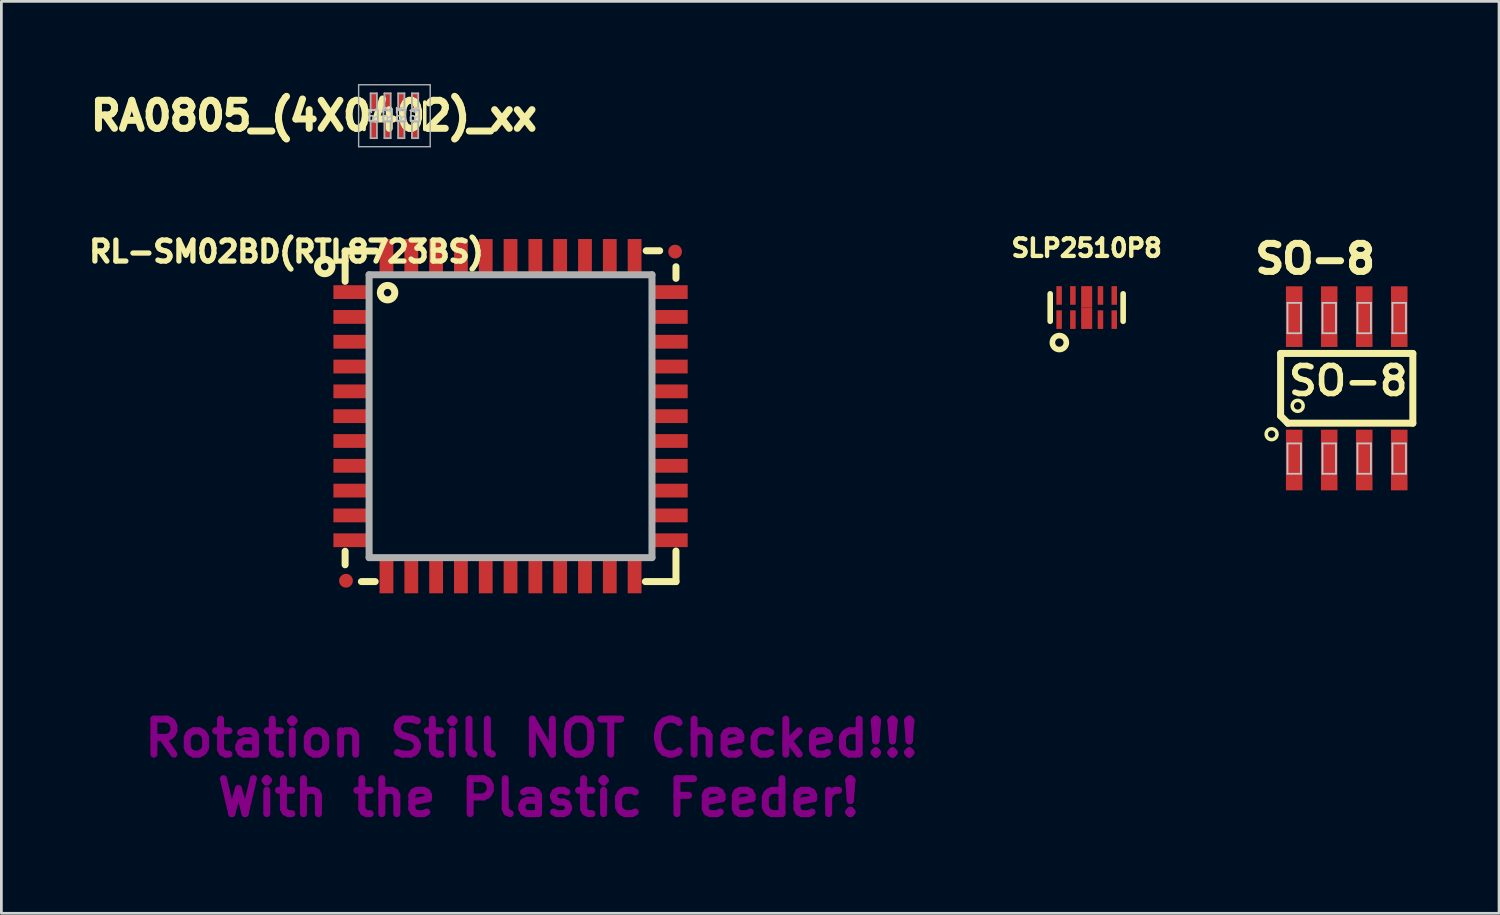
<source format=kicad_pcb>
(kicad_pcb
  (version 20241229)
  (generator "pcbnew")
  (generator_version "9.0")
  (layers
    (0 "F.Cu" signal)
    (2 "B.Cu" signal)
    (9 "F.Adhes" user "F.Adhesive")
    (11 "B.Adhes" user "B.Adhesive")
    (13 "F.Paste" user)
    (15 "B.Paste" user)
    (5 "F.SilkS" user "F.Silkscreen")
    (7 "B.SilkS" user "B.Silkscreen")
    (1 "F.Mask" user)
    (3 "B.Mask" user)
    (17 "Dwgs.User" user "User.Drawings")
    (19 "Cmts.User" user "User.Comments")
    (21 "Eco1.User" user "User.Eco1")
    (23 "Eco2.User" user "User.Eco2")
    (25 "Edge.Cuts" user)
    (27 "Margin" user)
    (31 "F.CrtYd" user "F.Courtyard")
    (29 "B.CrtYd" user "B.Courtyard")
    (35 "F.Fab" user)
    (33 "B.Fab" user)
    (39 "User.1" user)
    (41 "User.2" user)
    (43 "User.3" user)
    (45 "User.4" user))
  (footprint "SO-8"
    (layer "F.Cu")
    (at 45.797 11.035)
    (property "Reference" "SO-8" (at -1.143 -4.699 180) (layer "F.SilkS") (effects (font (size 1.016 1.016) (thickness 0.254))))
    (attr smd)
    (fp_line (start -2.398 -1.265) (end 2.398 -1.265) (stroke (width 0.254) (type solid)) (layer "F.SilkS"))
    (fp_line (start -2.398 0.998) (end -2.398 -1.265) (stroke (width 0.254) (type solid)) (layer "F.SilkS"))
    (fp_line (start -2.134 1.265) (end -2.398 0.998) (stroke (width 0.254) (type solid)) (layer "F.SilkS"))
    (fp_line (start 2.398 -1.265) (end 2.398 1.265) (stroke (width 0.254) (type solid)) (layer "F.SilkS"))
    (fp_line (start 2.398 1.265) (end -2.134 1.265) (stroke (width 0.254) (type solid)) (layer "F.SilkS"))
    (fp_circle (center -2.725 1.664) (end -2.865 1.803) (stroke (width 0.127) (type solid)) (fill no) (layer "F.SilkS"))
    (fp_circle (center -1.778 0.635) (end -1.918 0.775) (stroke (width 0.127) (type solid)) (fill no) (layer "F.SilkS"))
    (fp_line (start -2.149 -3.099) (end -1.659 -3.099) (stroke (width 0.066) (type solid)) (layer "Dwgs.User"))
    (fp_line (start -2.149 -1.999) (end -2.149 -3.099) (stroke (width 0.066) (type solid)) (layer "Dwgs.User"))
    (fp_line (start -2.149 -1.999) (end -1.659 -1.999) (stroke (width 0.066) (type solid)) (layer "Dwgs.User"))
    (fp_line (start -2.149 1.999) (end -1.659 1.999) (stroke (width 0.066) (type solid)) (layer "Dwgs.User"))
    (fp_line (start -2.149 3.099) (end -2.149 1.999) (stroke (width 0.066) (type solid)) (layer "Dwgs.User"))
    (fp_line (start -2.149 3.099) (end -1.659 3.099) (stroke (width 0.066) (type solid)) (layer "Dwgs.User"))
    (fp_line (start -1.659 -1.999) (end -1.659 -3.099) (stroke (width 0.066) (type solid)) (layer "Dwgs.User"))
    (fp_line (start -1.659 3.099) (end -1.659 1.999) (stroke (width 0.066) (type solid)) (layer "Dwgs.User"))
    (fp_line (start -0.879 -3.099) (end -0.389 -3.099) (stroke (width 0.066) (type solid)) (layer "Dwgs.User"))
    (fp_line (start -0.879 -1.999) (end -0.879 -3.099) (stroke (width 0.066) (type solid)) (layer "Dwgs.User"))
    (fp_line (start -0.879 -1.999) (end -0.389 -1.999) (stroke (width 0.066) (type solid)) (layer "Dwgs.User"))
    (fp_line (start -0.879 1.999) (end -0.389 1.999) (stroke (width 0.066) (type solid)) (layer "Dwgs.User"))
    (fp_line (start -0.879 3.099) (end -0.879 1.999) (stroke (width 0.066) (type solid)) (layer "Dwgs.User"))
    (fp_line (start -0.879 3.099) (end -0.389 3.099) (stroke (width 0.066) (type solid)) (layer "Dwgs.User"))
    (fp_line (start -0.389 -1.999) (end -0.389 -3.099) (stroke (width 0.066) (type solid)) (layer "Dwgs.User"))
    (fp_line (start -0.389 3.099) (end -0.389 1.999) (stroke (width 0.066) (type solid)) (layer "Dwgs.User"))
    (fp_line (start 0.389 -3.099) (end 0.879 -3.099) (stroke (width 0.066) (type solid)) (layer "Dwgs.User"))
    (fp_line (start 0.389 -1.999) (end 0.389 -3.099) (stroke (width 0.066) (type solid)) (layer "Dwgs.User"))
    (fp_line (start 0.389 -1.999) (end 0.879 -1.999) (stroke (width 0.066) (type solid)) (layer "Dwgs.User"))
    (fp_line (start 0.389 1.999) (end 0.879 1.999) (stroke (width 0.066) (type solid)) (layer "Dwgs.User"))
    (fp_line (start 0.389 3.099) (end 0.389 1.999) (stroke (width 0.066) (type solid)) (layer "Dwgs.User"))
    (fp_line (start 0.389 3.099) (end 0.879 3.099) (stroke (width 0.066) (type solid)) (layer "Dwgs.User"))
    (fp_line (start 0.879 -1.999) (end 0.879 -3.099) (stroke (width 0.066) (type solid)) (layer "Dwgs.User"))
    (fp_line (start 0.879 3.099) (end 0.879 1.999) (stroke (width 0.066) (type solid)) (layer "Dwgs.User"))
    (fp_line (start 1.659 -3.099) (end 2.149 -3.099) (stroke (width 0.066) (type solid)) (layer "Dwgs.User"))
    (fp_line (start 1.659 -1.999) (end 1.659 -3.099) (stroke (width 0.066) (type solid)) (layer "Dwgs.User"))
    (fp_line (start 1.659 -1.999) (end 2.149 -1.999) (stroke (width 0.066) (type solid)) (layer "Dwgs.User"))
    (fp_line (start 1.659 1.999) (end 2.149 1.999) (stroke (width 0.066) (type solid)) (layer "Dwgs.User"))
    (fp_line (start 1.659 3.099) (end 1.659 1.999) (stroke (width 0.066) (type solid)) (layer "Dwgs.User"))
    (fp_line (start 1.659 3.099) (end 2.149 3.099) (stroke (width 0.066) (type solid)) (layer "Dwgs.User"))
    (fp_line (start 2.149 -1.999) (end 2.149 -3.099) (stroke (width 0.066) (type solid)) (layer "Dwgs.User"))
    (fp_line (start 2.149 3.099) (end 2.149 1.999) (stroke (width 0.066) (type solid)) (layer "Dwgs.User"))
    (fp_text user "SO-8" (at 0.056 -0.272 0) (layer "F.SilkS") (effects (font (size 1.016 1.016) (thickness 0.203))))
    (pad "1" smd rect (at -1.905 2.6) (size 0.6 2.2) (layers "F.Cu" "F.Mask" "F.Paste"))
    (pad "2" smd rect (at -0.635 2.6) (size 0.6 2.2) (layers "F.Cu" "F.Mask" "F.Paste"))
    (pad "3" smd rect (at 0.635 2.6) (size 0.6 2.2) (layers "F.Cu" "F.Mask" "F.Paste"))
    (pad "4" smd rect (at 1.905 2.6) (size 0.6 2.2) (layers "F.Cu" "F.Mask" "F.Paste"))
    (pad "5" smd rect (at 1.905 -2.6) (size 0.6 2.2) (layers "F.Cu" "F.Mask" "F.Paste"))
    (pad "6" smd rect (at 0.635 -2.6) (size 0.6 2.2) (layers "F.Cu" "F.Mask" "F.Paste"))
    (pad "7" smd rect (at -0.635 -2.6) (size 0.6 2.2) (layers "F.Cu" "F.Mask" "F.Paste"))
    (pad "8" smd rect (at -1.905 -2.6) (size 0.6 2.2) (layers "F.Cu" "F.Mask" "F.Paste")))
  (footprint "RA0805_(4X0402)_xx"
    (layer "F.Cu")
    (at 11.256 1.148)
    (property "Reference" "RA0805_(4X0402)_xx" (at -2.921 0 0) (layer "F.SilkS") (effects (font (size 1.016 1.016) (thickness 0.254))))
    (attr smd)
    (fp_line (start -1.1 -0.498) (end -1.1 0.498) (stroke (width 0.127) (type solid)) (layer "F.SilkS"))
    (fp_line (start 1.1 0.498) (end 1.1 -0.498) (stroke (width 0.127) (type solid)) (layer "F.SilkS"))
    (fp_line (start -1.298 -1.123) (end 1.298 -1.123) (stroke (width 0.051) (type solid)) (layer "F.Fab"))
    (fp_line (start -1.298 1.123) (end -1.298 -1.123) (stroke (width 0.051) (type solid)) (layer "F.Fab"))
    (fp_line (start -0.899 -0.198) (end -0.599 -0.198) (stroke (width 0.066) (type solid)) (layer "F.Fab"))
    (fp_line (start -0.899 0.198) (end -0.899 -0.198) (stroke (width 0.066) (type solid)) (layer "F.Fab"))
    (fp_line (start -0.899 0.198) (end -0.599 0.198) (stroke (width 0.066) (type solid)) (layer "F.Fab"))
    (fp_line (start -0.864 -0.813) (end -0.635 -0.813) (stroke (width 0.066) (type solid)) (layer "F.Fab"))
    (fp_line (start -0.864 -0.208) (end -0.864 -0.813) (stroke (width 0.066) (type solid)) (layer "F.Fab"))
    (fp_line (start -0.864 -0.208) (end -0.635 -0.208) (stroke (width 0.066) (type solid)) (layer "F.Fab"))
    (fp_line (start -0.864 0.208) (end -0.635 0.208) (stroke (width 0.066) (type solid)) (layer "F.Fab"))
    (fp_line (start -0.864 0.813) (end -0.864 0.208) (stroke (width 0.066) (type solid)) (layer "F.Fab"))
    (fp_line (start -0.864 0.813) (end -0.635 0.813) (stroke (width 0.066) (type solid)) (layer "F.Fab"))
    (fp_line (start -0.635 -0.208) (end -0.635 -0.813) (stroke (width 0.066) (type solid)) (layer "F.Fab"))
    (fp_line (start -0.635 0.813) (end -0.635 0.208) (stroke (width 0.066) (type solid)) (layer "F.Fab"))
    (fp_line (start -0.599 0.198) (end -0.599 -0.198) (stroke (width 0.066) (type solid)) (layer "F.Fab"))
    (fp_line (start -0.399 -0.198) (end -0.099 -0.198) (stroke (width 0.066) (type solid)) (layer "F.Fab"))
    (fp_line (start -0.399 0.198) (end -0.399 -0.198) (stroke (width 0.066) (type solid)) (layer "F.Fab"))
    (fp_line (start -0.399 0.198) (end -0.099 0.198) (stroke (width 0.066) (type solid)) (layer "F.Fab"))
    (fp_line (start -0.363 -0.813) (end -0.135 -0.813) (stroke (width 0.066) (type solid)) (layer "F.Fab"))
    (fp_line (start -0.363 -0.208) (end -0.363 -0.813) (stroke (width 0.066) (type solid)) (layer "F.Fab"))
    (fp_line (start -0.363 -0.208) (end -0.135 -0.208) (stroke (width 0.066) (type solid)) (layer "F.Fab"))
    (fp_line (start -0.363 0.208) (end -0.135 0.208) (stroke (width 0.066) (type solid)) (layer "F.Fab"))
    (fp_line (start -0.363 0.813) (end -0.363 0.208) (stroke (width 0.066) (type solid)) (layer "F.Fab"))
    (fp_line (start -0.363 0.813) (end -0.135 0.813) (stroke (width 0.066) (type solid)) (layer "F.Fab"))
    (fp_line (start -0.135 -0.208) (end -0.135 -0.813) (stroke (width 0.066) (type solid)) (layer "F.Fab"))
    (fp_line (start -0.135 0.813) (end -0.135 0.208) (stroke (width 0.066) (type solid)) (layer "F.Fab"))
    (fp_line (start -0.099 0.198) (end -0.099 -0.198) (stroke (width 0.066) (type solid)) (layer "F.Fab"))
    (fp_line (start 0.099 -0.198) (end 0.399 -0.198) (stroke (width 0.066) (type solid)) (layer "F.Fab"))
    (fp_line (start 0.099 0.198) (end 0.099 -0.198) (stroke (width 0.066) (type solid)) (layer "F.Fab"))
    (fp_line (start 0.099 0.198) (end 0.399 0.198) (stroke (width 0.066) (type solid)) (layer "F.Fab"))
    (fp_line (start 0.135 -0.813) (end 0.363 -0.813) (stroke (width 0.066) (type solid)) (layer "F.Fab"))
    (fp_line (start 0.135 -0.208) (end 0.135 -0.813) (stroke (width 0.066) (type solid)) (layer "F.Fab"))
    (fp_line (start 0.135 -0.208) (end 0.363 -0.208) (stroke (width 0.066) (type solid)) (layer "F.Fab"))
    (fp_line (start 0.135 0.208) (end 0.363 0.208) (stroke (width 0.066) (type solid)) (layer "F.Fab"))
    (fp_line (start 0.135 0.813) (end 0.135 0.208) (stroke (width 0.066) (type solid)) (layer "F.Fab"))
    (fp_line (start 0.135 0.813) (end 0.363 0.813) (stroke (width 0.066) (type solid)) (layer "F.Fab"))
    (fp_line (start 0.363 -0.208) (end 0.363 -0.813) (stroke (width 0.066) (type solid)) (layer "F.Fab"))
    (fp_line (start 0.363 0.813) (end 0.363 0.208) (stroke (width 0.066) (type solid)) (layer "F.Fab"))
    (fp_line (start 0.399 0.198) (end 0.399 -0.198) (stroke (width 0.066) (type solid)) (layer "F.Fab"))
    (fp_line (start 0.599 -0.198) (end 0.899 -0.198) (stroke (width 0.066) (type solid)) (layer "F.Fab"))
    (fp_line (start 0.599 0.198) (end 0.599 -0.198) (stroke (width 0.066) (type solid)) (layer "F.Fab"))
    (fp_line (start 0.599 0.198) (end 0.899 0.198) (stroke (width 0.066) (type solid)) (layer "F.Fab"))
    (fp_line (start 0.635 -0.813) (end 0.864 -0.813) (stroke (width 0.066) (type solid)) (layer "F.Fab"))
    (fp_line (start 0.635 -0.208) (end 0.635 -0.813) (stroke (width 0.066) (type solid)) (layer "F.Fab"))
    (fp_line (start 0.635 -0.208) (end 0.864 -0.208) (stroke (width 0.066) (type solid)) (layer "F.Fab"))
    (fp_line (start 0.635 0.208) (end 0.864 0.208) (stroke (width 0.066) (type solid)) (layer "F.Fab"))
    (fp_line (start 0.635 0.813) (end 0.635 0.208) (stroke (width 0.066) (type solid)) (layer "F.Fab"))
    (fp_line (start 0.635 0.813) (end 0.864 0.813) (stroke (width 0.066) (type solid)) (layer "F.Fab"))
    (fp_line (start 0.864 -0.208) (end 0.864 -0.813) (stroke (width 0.066) (type solid)) (layer "F.Fab"))
    (fp_line (start 0.864 0.813) (end 0.864 0.208) (stroke (width 0.066) (type solid)) (layer "F.Fab"))
    (fp_line (start 0.899 0.198) (end 0.899 -0.198) (stroke (width 0.066) (type solid)) (layer "F.Fab"))
    (fp_line (start 1.298 -1.123) (end 1.298 1.123) (stroke (width 0.051) (type solid)) (layer "F.Fab"))
    (fp_line (start 1.298 1.123) (end -1.298 1.123) (stroke (width 0.051) (type solid)) (layer "F.Fab"))
    (fp_text user "R3" (at 0.246 -0.053 90) (layer "Dwgs.User") (effects (font (size 0.305 0.305) (thickness 0.051))))
    (fp_text user "R1" (at -0.752 -0.053 90) (layer "Dwgs.User") (effects (font (size 0.305 0.305) (thickness 0.051))))
    (fp_text user "R2" (at -0.251 -0.053 90) (layer "Dwgs.User") (effects (font (size 0.305 0.305) (thickness 0.051))))
    (fp_text user "R4" (at 0.747 -0.053 90) (layer "Dwgs.User") (effects (font (size 0.305 0.305) (thickness 0.051))))
    (pad "1.1" smd rect (at -0.75 0.512 90) (size 0.625 0.25) (layers "F.Cu" "F.Mask" "F.Paste"))
    (pad "1.2" smd rect (at -0.75 -0.512 90) (size 0.625 0.25) (layers "F.Cu" "F.Mask" "F.Paste"))
    (pad "2.1" smd rect (at -0.25 0.512 90) (size 0.625 0.25) (layers "F.Cu" "F.Mask" "F.Paste"))
    (pad "2.2" smd rect (at -0.25 -0.512 90) (size 0.625 0.25) (layers "F.Cu" "F.Mask" "F.Paste"))
    (pad "3.1" smd rect (at 0.25 0.512 270) (size 0.625 0.25) (layers "F.Cu" "F.Mask" "F.Paste"))
    (pad "3.2" smd rect (at 0.25 -0.512 270) (size 0.625 0.25) (layers "F.Cu" "F.Mask" "F.Paste"))
    (pad "4.1" smd rect (at 0.75 0.512 270) (size 0.625 0.25) (layers "F.Cu" "F.Mask" "F.Paste"))
    (pad "4.2" smd rect (at 0.75 -0.512 270) (size 0.625 0.25) (layers "F.Cu" "F.Mask" "F.Paste")))
  (footprint "SLP2510P8"
    (layer "F.Cu")
    (at 36.365 8.105)
    (property "Reference" "SLP2510P8" (at 0 -2.159 0) (layer "F.SilkS") (effects (font (size 0.635 0.635) (thickness 0.159))))
    (attr smd)
    (fp_line (start -1.323 0.498) (end -1.323 -0.498) (stroke (width 0.203) (type solid)) (layer "F.SilkS"))
    (fp_line (start 1.323 0.498) (end 1.323 -0.498) (stroke (width 0.203) (type solid)) (layer "F.SilkS"))
    (fp_circle (center -0.991 1.27) (end -0.737 1.27) (stroke (width 0.203) (type solid)) (fill no) (layer "F.SilkS"))
    (pad "1" smd rect (at -1 0.438) (size 0.2 0.675) (layers "F.Cu" "F.Mask" "F.Paste"))
    (pad "2" smd rect (at -0.5 0.438) (size 0.2 0.675) (layers "F.Cu" "F.Mask" "F.Paste"))
    (pad "3" smd rect (at 0 0.388) (size 0.4 0.775) (layers "F.Cu" "F.Mask" "F.Paste"))
    (pad "4" smd rect (at 0.5 0.438) (size 0.2 0.675) (layers "F.Cu" "F.Mask" "F.Paste"))
    (pad "5" smd rect (at 1 0.438) (size 0.2 0.675) (layers "F.Cu" "F.Mask" "F.Paste"))
    (pad "6" smd rect (at 1 -0.438) (size 0.2 0.675) (layers "F.Cu" "F.Mask" "F.Paste"))
    (pad "7" smd rect (at 0.5 -0.438) (size 0.2 0.675) (layers "F.Cu" "F.Mask" "F.Paste"))
    (pad "8" smd rect (at 0 -0.388) (size 0.4 0.775) (layers "F.Cu" "F.Mask" "F.Paste"))
    (pad "9" smd rect (at -0.5 -0.438) (size 0.2 0.675) (layers "F.Cu" "F.Mask" "F.Paste"))
    (pad "10" smd rect (at -1 -0.438) (size 0.2 0.675) (layers "F.Cu" "F.Mask" "F.Paste")))
  (footprint "RL-SM02BD(RTL8723BS)"
    (layer "F.Cu")
    (at 15.468 12.045)
    (property "Reference" "RL-SM02BD(RTL8723BS)" (at -8.128 -5.969 0) (layer "F.SilkS") (effects (font (size 0.762 0.762) (thickness 0.191))))
    (attr smd)
    (fp_line (start -6 -5.99) (end -6 -4.89) (stroke (width 0.254) (type solid)) (layer "F.SilkS"))
    (fp_line (start -6 -5.99) (end -4.89 -5.99) (stroke (width 0.254) (type solid)) (layer "F.SilkS"))
    (fp_line (start -6 4.9) (end -6 5.39) (stroke (width 0.254) (type solid)) (layer "F.SilkS"))
    (fp_line (start -5.41 6) (end -4.91 6) (stroke (width 0.254) (type solid)) (layer "F.SilkS"))
    (fp_line (start 4.92 -6) (end 5.41 -6) (stroke (width 0.254) (type solid)) (layer "F.SilkS"))
    (fp_line (start 6 -5) (end 6 -5.42) (stroke (width 0.254) (type solid)) (layer "F.SilkS"))
    (fp_line (start 6 6) (end 4.89 6) (stroke (width 0.254) (type solid)) (layer "F.SilkS"))
    (fp_line (start 6 6) (end 6 4.89) (stroke (width 0.254) (type solid)) (layer "F.SilkS"))
    (fp_circle (center -6.74 -5.43) (end -6.49 -5.51) (stroke (width 0.254) (type solid)) (fill no) (layer "F.SilkS"))
    (fp_circle (center -4.46 -4.48) (end -4.21 -4.56) (stroke (width 0.254) (type solid)) (fill no) (layer "F.SilkS"))
    (fp_line (start -5.13 -5.13) (end 5.13 -5.13) (stroke (width 0.254) (type solid)) (layer "F.Fab"))
    (fp_line (start -5.13 5.13) (end -5.13 -5.13) (stroke (width 0.254) (type solid)) (layer "F.Fab"))
    (fp_line (start 5.13 -5.13) (end 5.13 5.13) (stroke (width 0.254) (type solid)) (layer "F.Fab"))
    (fp_line (start 5.13 5.13) (end -5.13 5.13) (stroke (width 0.254) (type solid)) (layer "F.Fab"))
    (fp_text user "Rotation Still NOT Checked!!!" (at 0.762 11.684 0) (layer "F.Adhes") (effects (font (size 1.27 1.27) (thickness 0.254))))
    (fp_text user "With the Plastic Feeder!" (at 1.016 13.843 0) (layer "F.Adhes") (effects (font (size 1.27 1.27) (thickness 0.254))))
    (pad "1" smd rect (at -5.775 -4.5) (size 1.3 0.5) (layers "F.Cu" "F.Mask" "F.Paste"))
    (pad "2" smd rect (at -5.775 -3.6) (size 1.3 0.5) (layers "F.Cu" "F.Mask" "F.Paste"))
    (pad "3" smd rect (at -5.775 -2.7) (size 1.3 0.5) (layers "F.Cu" "F.Mask" "F.Paste"))
    (pad "4" smd rect (at -5.775 -1.8) (size 1.3 0.5) (layers "F.Cu" "F.Mask" "F.Paste"))
    (pad "5" smd rect (at -5.775 -0.9) (size 1.3 0.5) (layers "F.Cu" "F.Mask" "F.Paste"))
    (pad "6" smd rect (at -5.775 0) (size 1.3 0.5) (layers "F.Cu" "F.Mask" "F.Paste"))
    (pad "7" smd rect (at -5.775 0.9) (size 1.3 0.5) (layers "F.Cu" "F.Mask" "F.Paste"))
    (pad "8" smd rect (at -5.775 1.8) (size 1.3 0.5) (layers "F.Cu" "F.Mask" "F.Paste"))
    (pad "9" smd rect (at -5.775 2.7) (size 1.3 0.5) (layers "F.Cu" "F.Mask" "F.Paste"))
    (pad "10" smd rect (at -5.775 3.6) (size 1.3 0.5) (layers "F.Cu" "F.Mask" "F.Paste"))
    (pad "11" smd rect (at -5.775 4.5) (size 1.3 0.5) (layers "F.Cu" "F.Mask" "F.Paste"))
    (pad "12" smd rect (at -4.5 5.775 90) (size 1.3 0.5) (layers "F.Cu" "F.Mask" "F.Paste"))
    (pad "13" smd rect (at -3.6 5.775 90) (size 1.3 0.5) (layers "F.Cu" "F.Mask" "F.Paste"))
    (pad "14" smd rect (at -2.7 5.775 90) (size 1.3 0.5) (layers "F.Cu" "F.Mask" "F.Paste"))
    (pad "15" smd rect (at -1.8 5.775 90) (size 1.3 0.5) (layers "F.Cu" "F.Mask" "F.Paste"))
    (pad "16" smd rect (at -0.9 5.775 90) (size 1.3 0.5) (layers "F.Cu" "F.Mask" "F.Paste"))
    (pad "17" smd rect (at 0 5.775 90) (size 1.3 0.5) (layers "F.Cu" "F.Mask" "F.Paste"))
    (pad "18" smd rect (at 0.9 5.775 90) (size 1.3 0.5) (layers "F.Cu" "F.Mask" "F.Paste"))
    (pad "19" smd rect (at 1.8 5.775 90) (size 1.3 0.5) (layers "F.Cu" "F.Mask" "F.Paste"))
    (pad "20" smd rect (at 2.7 5.775 90) (size 1.3 0.5) (layers "F.Cu" "F.Mask" "F.Paste"))
    (pad "21" smd rect (at 3.6 5.775 90) (size 1.3 0.5) (layers "F.Cu" "F.Mask" "F.Paste"))
    (pad "22" smd rect (at 4.5 5.775 90) (size 1.3 0.5) (layers "F.Cu" "F.Mask" "F.Paste"))
    (pad "23" smd rect (at 5.775 4.5 180) (size 1.3 0.5) (layers "F.Cu" "F.Mask" "F.Paste"))
    (pad "24" smd rect (at 5.775 3.6 180) (size 1.3 0.5) (layers "F.Cu" "F.Mask" "F.Paste"))
    (pad "25" smd rect (at 5.775 2.7 180) (size 1.3 0.5) (layers "F.Cu" "F.Mask" "F.Paste"))
    (pad "26" smd rect (at 5.775 1.8 180) (size 1.3 0.5) (layers "F.Cu" "F.Mask" "F.Paste"))
    (pad "27" smd rect (at 5.775 0.9 180) (size 1.3 0.5) (layers "F.Cu" "F.Mask" "F.Paste"))
    (pad "28" smd rect (at 5.775 0 180) (size 1.3 0.5) (layers "F.Cu" "F.Mask" "F.Paste"))
    (pad "29" smd rect (at 5.775 -0.9 180) (size 1.3 0.5) (layers "F.Cu" "F.Mask" "F.Paste"))
    (pad "30" smd rect (at 5.775 -1.8 180) (size 1.3 0.5) (layers "F.Cu" "F.Mask" "F.Paste"))
    (pad "31" smd rect (at 5.775 -2.7 180) (size 1.3 0.5) (layers "F.Cu" "F.Mask" "F.Paste"))
    (pad "32" smd rect (at 5.775 -3.6 180) (size 1.3 0.5) (layers "F.Cu" "F.Mask" "F.Paste"))
    (pad "33" smd rect (at 5.775 -4.5 180) (size 1.3 0.5) (layers "F.Cu" "F.Mask" "F.Paste"))
    (pad "34" smd rect (at 4.5 -5.775 270) (size 1.3 0.5) (layers "F.Cu" "F.Mask" "F.Paste"))
    (pad "35" smd rect (at 3.6 -5.775 270) (size 1.3 0.5) (layers "F.Cu" "F.Mask" "F.Paste"))
    (pad "36" smd rect (at 2.7 -5.775 270) (size 1.3 0.5) (layers "F.Cu" "F.Mask" "F.Paste"))
    (pad "37" smd rect (at 1.8 -5.775 270) (size 1.3 0.5) (layers "F.Cu" "F.Mask" "F.Paste"))
    (pad "38" smd rect (at 0.9 -5.775 270) (size 1.3 0.5) (layers "F.Cu" "F.Mask" "F.Paste"))
    (pad "39" smd rect (at 0 -5.775 270) (size 1.3 0.5) (layers "F.Cu" "F.Mask" "F.Paste"))
    (pad "40" smd rect (at -0.9 -5.775 270) (size 1.3 0.5) (layers "F.Cu" "F.Mask" "F.Paste"))
    (pad "41" smd rect (at -1.8 -5.775 270) (size 1.3 0.5) (layers "F.Cu" "F.Mask" "F.Paste"))
    (pad "42" smd rect (at -2.7 -5.775 270) (size 1.3 0.5) (layers "F.Cu" "F.Mask" "F.Paste"))
    (pad "43" smd rect (at -3.6 -5.775 270) (size 1.3 0.5) (layers "F.Cu" "F.Mask" "F.Paste"))
    (pad "44" smd rect (at -4.5 -5.775 270) (size 1.3 0.5) (layers "F.Cu" "F.Mask" "F.Paste"))
    (pad "FID1" smd circle (at -5.969 5.969 270) (size 0.5 0.5) (layers "F.Cu" "F.Mask"))
    (pad "FID2" smd circle (at 5.969 -5.969 270) (size 0.5 0.5) (layers "F.Cu" "F.Mask")))
  (gr_rect
    (start -3 -3)
    (end 51.322 30.077)
    (stroke (width 0.1) (type default))
    (fill no)
    (layer "Edge.Cuts")))
</source>
